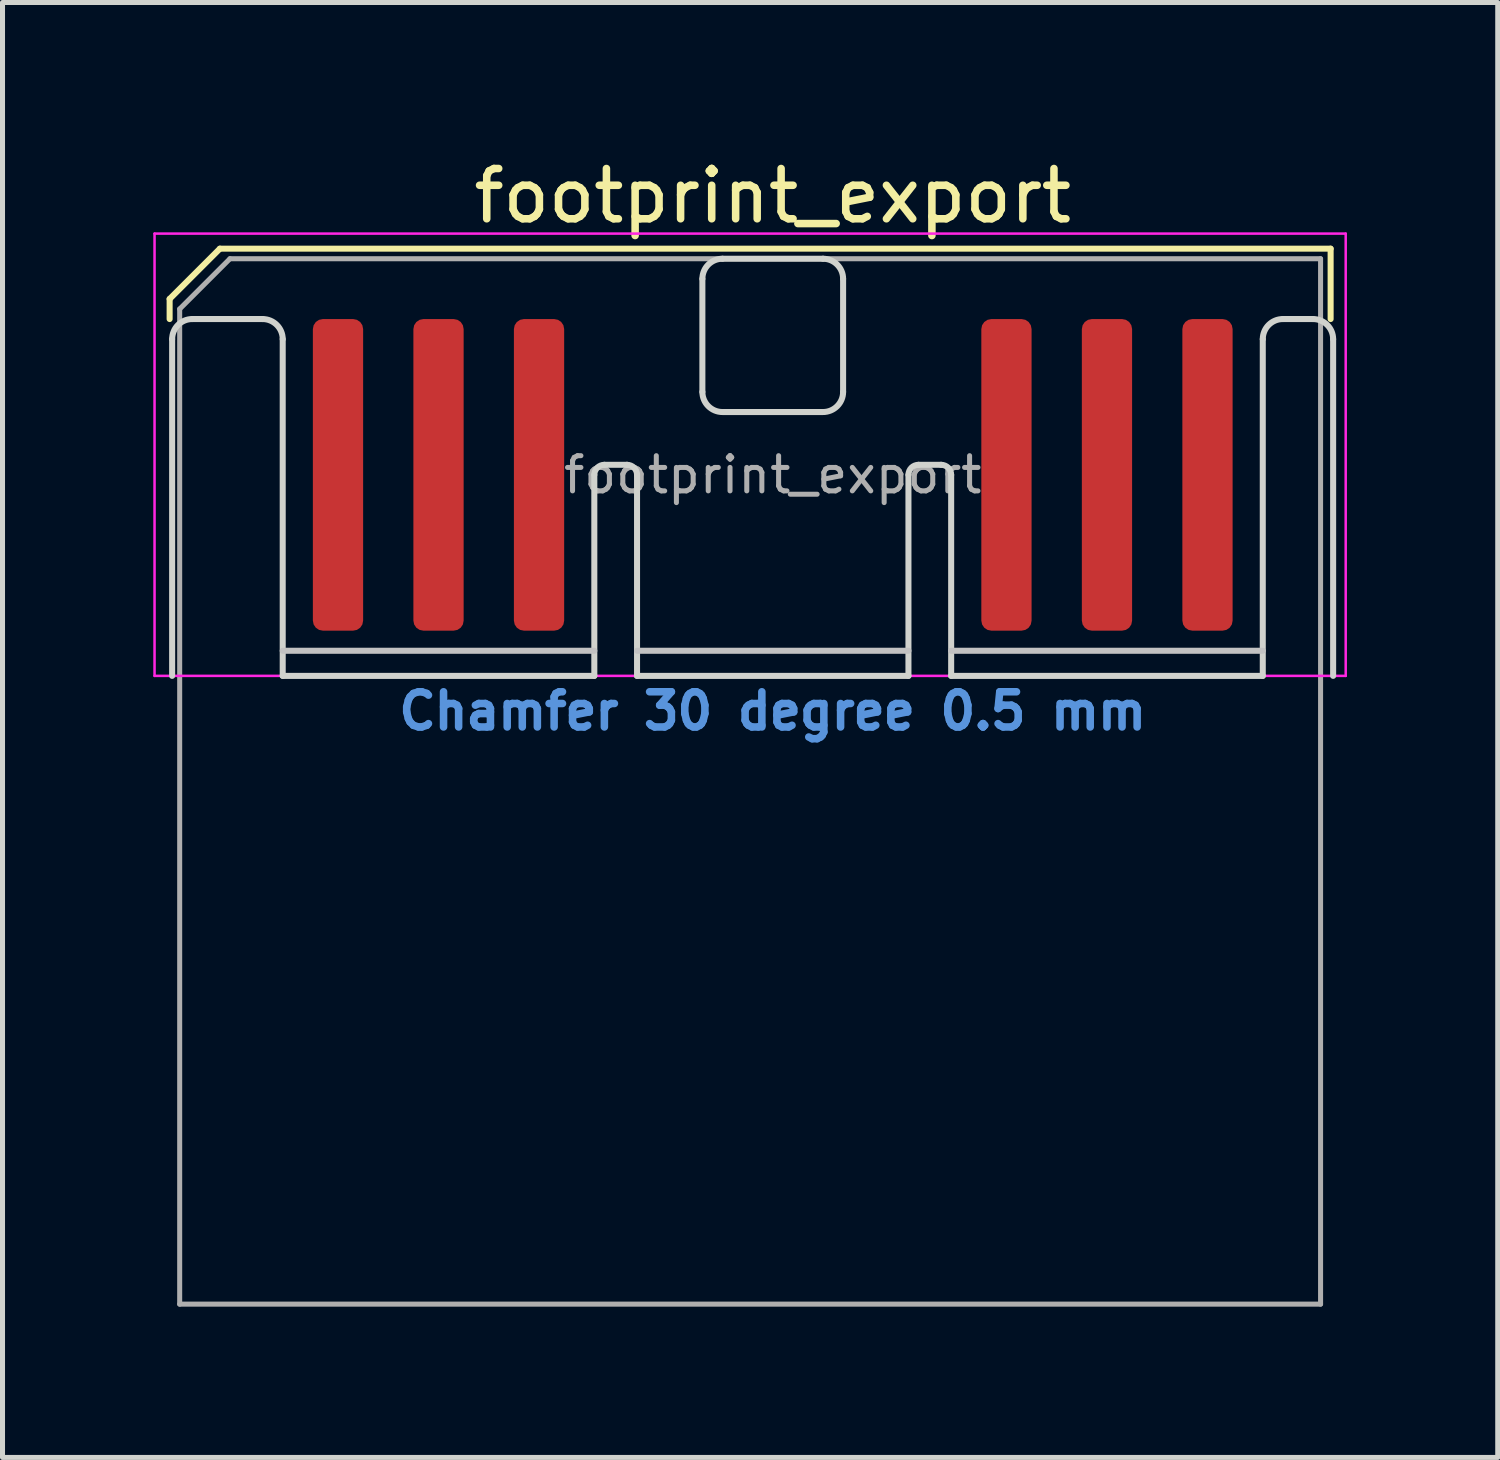
<source format=kicad_pcb>
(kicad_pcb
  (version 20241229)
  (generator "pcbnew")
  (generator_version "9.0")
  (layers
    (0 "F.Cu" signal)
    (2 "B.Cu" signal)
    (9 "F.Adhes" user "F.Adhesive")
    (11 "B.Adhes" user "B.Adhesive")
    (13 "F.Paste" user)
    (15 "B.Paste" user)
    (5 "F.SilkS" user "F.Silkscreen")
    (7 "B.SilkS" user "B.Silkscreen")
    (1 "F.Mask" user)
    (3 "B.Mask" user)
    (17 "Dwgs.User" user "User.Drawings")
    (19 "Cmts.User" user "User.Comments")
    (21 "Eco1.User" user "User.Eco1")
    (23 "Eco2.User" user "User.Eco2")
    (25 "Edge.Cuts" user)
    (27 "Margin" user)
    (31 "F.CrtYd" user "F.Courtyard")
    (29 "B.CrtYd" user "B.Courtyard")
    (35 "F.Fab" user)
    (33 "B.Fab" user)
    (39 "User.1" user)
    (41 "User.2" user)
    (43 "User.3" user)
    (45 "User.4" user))
  (footprint "footprint_export"
    (layer "F.Cu")
    (at 12.325 6.398)
    (property "Reference" "footprint_export" (at 0 -5.55 0) (layer "F.SilkS") (effects (font (size 1 1) (thickness 0.15))))
    (attr exclude_from_pos_files exclude_from_bom)
    (fp_line (start -12 -3.5) (end -11 -4.5) (stroke (width 0.12) (type solid)) (layer "F.SilkS"))
    (fp_line (start -12 -3.1) (end -12 -3.5) (stroke (width 0.12) (type solid)) (layer "F.SilkS"))
    (fp_line (start -11 -4.5) (end 11.1 -4.5) (stroke (width 0.12) (type solid)) (layer "F.SilkS"))
    (fp_line (start 11.1 -4.5) (end 11.1 -3.1) (stroke (width 0.12) (type solid)) (layer "F.SilkS"))
    (fp_line (start -9.75 3.5) (end -3.55 3.5) (stroke (width 0.12) (type solid)) (layer "Dwgs.User"))
    (fp_line (start -2.7 3.5) (end 2.7 3.5) (stroke (width 0.12) (type solid)) (layer "Dwgs.User"))
    (fp_line (start 3.55 3.5) (end 9.75 3.5) (stroke (width 0.12) (type solid)) (layer "Dwgs.User"))
    (fp_line (start -11.95 4) (end -11.95 -2.7) (stroke (width 0.12) (type solid)) (layer "Edge.Cuts"))
    (fp_line (start -11.55 -3.1) (end -10.15 -3.1) (stroke (width 0.12) (type solid)) (layer "Edge.Cuts"))
    (fp_line (start -9.75 -2.7) (end -9.75 4) (stroke (width 0.12) (type solid)) (layer "Edge.Cuts"))
    (fp_line (start -9.75 4) (end -3.55 4) (stroke (width 0.12) (type solid)) (layer "Edge.Cuts"))
    (fp_line (start -3.55 4) (end -3.55 0) (stroke (width 0.12) (type solid)) (layer "Edge.Cuts"))
    (fp_line (start -3.35 -0.2) (end -2.9 -0.2) (stroke (width 0.12) (type solid)) (layer "Edge.Cuts"))
    (fp_line (start -2.7 0) (end -2.7 4) (stroke (width 0.12) (type solid)) (layer "Edge.Cuts"))
    (fp_line (start -2.7 4) (end 2.7 4) (stroke (width 0.12) (type solid)) (layer "Edge.Cuts"))
    (fp_line (start -1.4 -3.9) (end -1.4 -1.65) (stroke (width 0.12) (type solid)) (layer "Edge.Cuts"))
    (fp_line (start -1 -1.25) (end 1 -1.25) (stroke (width 0.12) (type solid)) (layer "Edge.Cuts"))
    (fp_line (start 1 -4.3) (end -1 -4.3) (stroke (width 0.12) (type solid)) (layer "Edge.Cuts"))
    (fp_line (start 1.4 -1.65) (end 1.4 -3.9) (stroke (width 0.12) (type solid)) (layer "Edge.Cuts"))
    (fp_line (start 2.7 4) (end 2.7 0) (stroke (width 0.12) (type solid)) (layer "Edge.Cuts"))
    (fp_line (start 2.9 -0.2) (end 3.35 -0.2) (stroke (width 0.12) (type solid)) (layer "Edge.Cuts"))
    (fp_line (start 3.55 0) (end 3.55 4) (stroke (width 0.12) (type solid)) (layer "Edge.Cuts"))
    (fp_line (start 3.55 4) (end 9.75 4) (stroke (width 0.12) (type solid)) (layer "Edge.Cuts"))
    (fp_line (start 9.75 4) (end 9.75 -2.7) (stroke (width 0.12) (type solid)) (layer "Edge.Cuts"))
    (fp_line (start 10.15 -3.1) (end 10.75 -3.1) (stroke (width 0.12) (type solid)) (layer "Edge.Cuts"))
    (fp_line (start 11.15 -2.7) (end 11.15 4) (stroke (width 0.12) (type solid)) (layer "Edge.Cuts"))
    (fp_arc (start -11.95 -2.7) (mid -11.832843 -2.982843) (end -11.55 -3.1) (stroke (width 0.12) (type solid)) (layer "Edge.Cuts"))
    (fp_arc (start -10.15 -3.1) (mid -9.867157 -2.982843) (end -9.75 -2.7) (stroke (width 0.12) (type solid)) (layer "Edge.Cuts"))
    (fp_arc (start -3.55 0) (mid -3.491421 -0.141421) (end -3.35 -0.2) (stroke (width 0.12) (type solid)) (layer "Edge.Cuts"))
    (fp_arc (start -2.9 -0.2) (mid -2.758579 -0.141421) (end -2.7 0) (stroke (width 0.12) (type solid)) (layer "Edge.Cuts"))
    (fp_arc (start -1.4 -3.9) (mid -1.282843 -4.182843) (end -1 -4.3) (stroke (width 0.12) (type solid)) (layer "Edge.Cuts"))
    (fp_arc (start -1 -1.25) (mid -1.282843 -1.367157) (end -1.4 -1.65) (stroke (width 0.12) (type solid)) (layer "Edge.Cuts"))
    (fp_arc (start 1 -4.3) (mid 1.282843 -4.182843) (end 1.4 -3.9) (stroke (width 0.12) (type solid)) (layer "Edge.Cuts"))
    (fp_arc (start 1.4 -1.65) (mid 1.282843 -1.367157) (end 1 -1.25) (stroke (width 0.12) (type solid)) (layer "Edge.Cuts"))
    (fp_arc (start 2.7 0) (mid 2.758579 -0.141421) (end 2.9 -0.2) (stroke (width 0.12) (type solid)) (layer "Edge.Cuts"))
    (fp_arc (start 3.35 -0.2) (mid 3.491421 -0.141421) (end 3.55 0) (stroke (width 0.12) (type solid)) (layer "Edge.Cuts"))
    (fp_arc (start 9.75 -2.7) (mid 9.867157 -2.982843) (end 10.15 -3.1) (stroke (width 0.12) (type solid)) (layer "Edge.Cuts"))
    (fp_arc (start 10.75 -3.1) (mid 11.032843 -2.982843) (end 11.15 -2.7) (stroke (width 0.12) (type solid)) (layer "Edge.Cuts"))
    (fp_line (start -12.3 -4.8) (end -12.3 4) (stroke (width 0.05) (type solid)) (layer "F.CrtYd"))
    (fp_line (start -12.3 4) (end 11.4 4) (stroke (width 0.05) (type solid)) (layer "F.CrtYd"))
    (fp_line (start 11.4 -4.8) (end -12.3 -4.8) (stroke (width 0.05) (type solid)) (layer "F.CrtYd"))
    (fp_line (start 11.4 4) (end 11.4 -4.8) (stroke (width 0.05) (type solid)) (layer "F.CrtYd"))
    (fp_line (start -11.8 -3.3) (end -10.8 -4.3) (stroke (width 0.1) (type solid)) (layer "F.Fab"))
    (fp_line (start -11.8 16.5) (end -11.8 -3.3) (stroke (width 0.1) (type solid)) (layer "F.Fab"))
    (fp_line (start -10.8 -4.3) (end 10.9 -4.3) (stroke (width 0.1) (type solid)) (layer "F.Fab"))
    (fp_line (start 10.9 -4.3) (end 10.9 16.5) (stroke (width 0.1) (type solid)) (layer "F.Fab"))
    (fp_line (start 10.9 16.5) (end -11.8 16.5) (stroke (width 0.1) (type solid)) (layer "F.Fab"))
    (fp_text user "Chamfer 30 degree 0.5 mm" (at 0 4.7 0) (layer "Cmts.User") (effects (font (size 0.7 0.7) (thickness 0.15))))
    (fp_text user "${REFERENCE}" (at 0 0 0) (layer "F.Fab") (effects (font (size 0.7 0.7) (thickness 0.1))))
    (pad "1" connect roundrect (at -8.65 0) (size 1 6.2) (layers "F.Cu" "F.Mask") (roundrect_rratio 0.2))
    (pad "2" connect roundrect (at -6.65 0) (size 1 6.2) (layers "F.Cu" "F.Mask") (roundrect_rratio 0.2))
    (pad "3" connect roundrect (at -4.65 0) (size 1 6.2) (layers "F.Cu" "F.Mask") (roundrect_rratio 0.2))
    (pad "4" connect roundrect (at 4.65 0) (size 1 6.2) (layers "F.Cu" "F.Mask") (roundrect_rratio 0.2))
    (pad "5" connect roundrect (at 6.65 0) (size 1 6.2) (layers "F.Cu" "F.Mask") (roundrect_rratio 0.2))
    (pad "6" connect roundrect (at 8.65 0) (size 1 6.2) (layers "F.Cu" "F.Mask") (roundrect_rratio 0.2)))
  (gr_rect
    (start -3 -3)
    (end 26.75 25.948)
    (stroke (width 0.1) (type default))
    (fill no)
    (layer "Edge.Cuts")))
</source>
